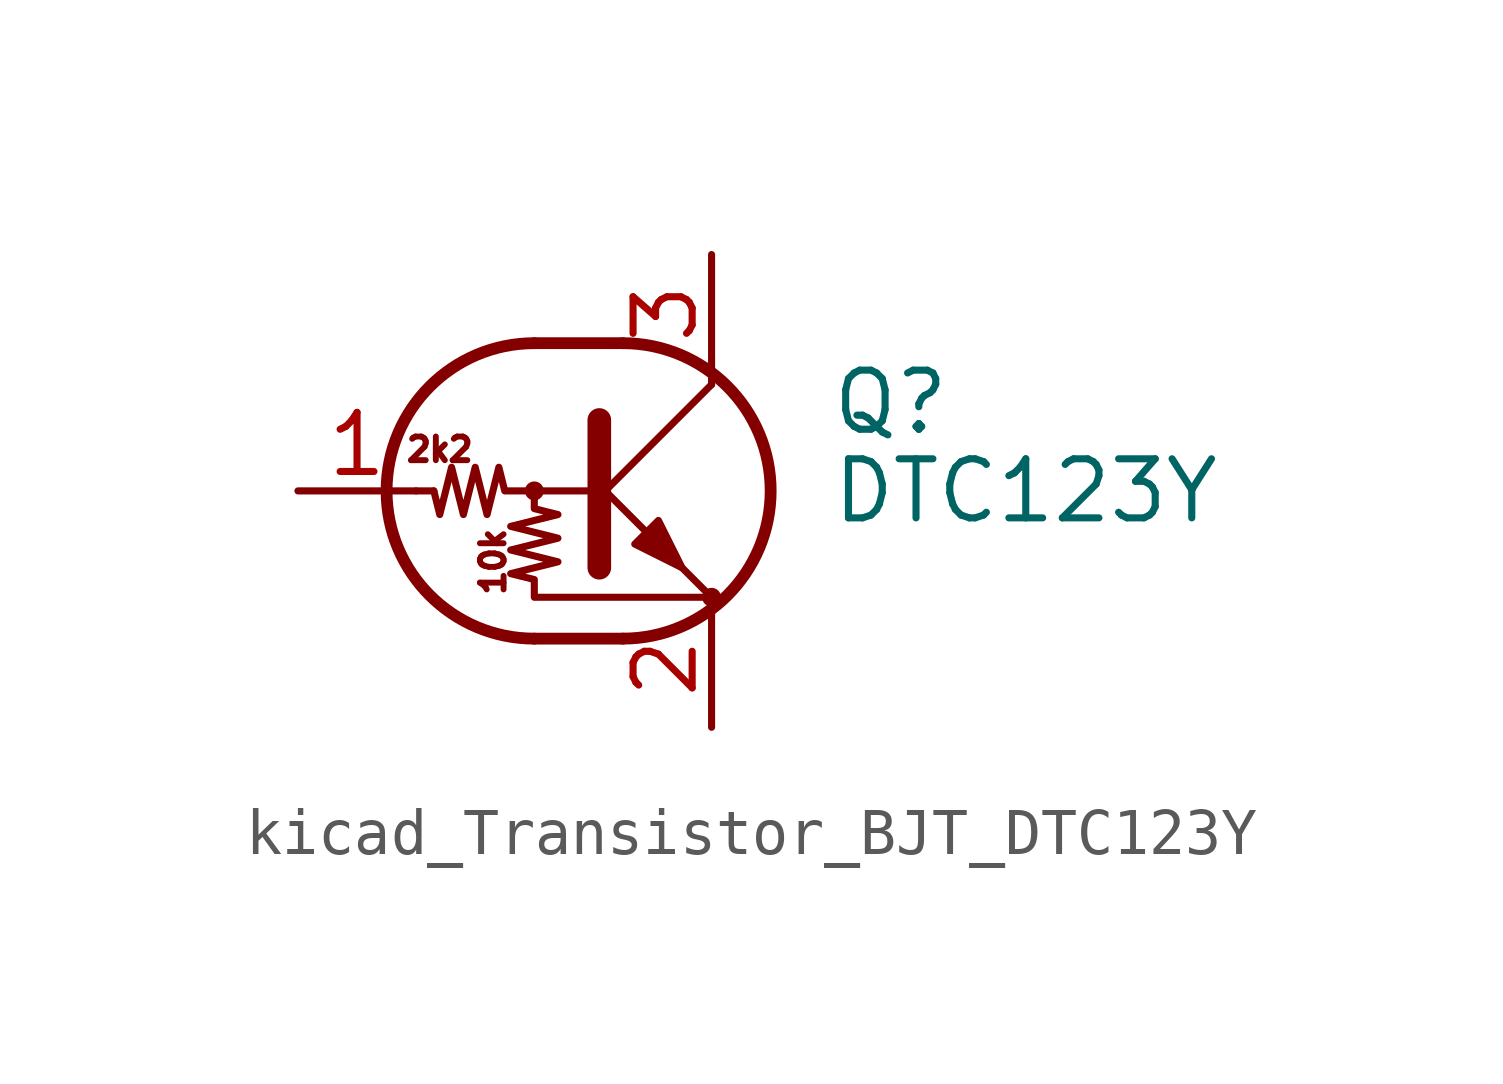
<source format=kicad_sym>
(kicad_symbol_lib
  (version 20220914)
  (generator kicad_symbol_editor)
  (symbol "kicad_Transistor_BJT_DTC123Y"
    (pin_names
      (offset 0) hide)
    (property "Reference" "Q"
      (at 5.08 1.905 0)
      (effects (font (size 1.27 1.27)) (justify left)))
    (property "Value" "DTC123Y"
      (at 5.08 0 0)
      (effects (font (size 1.27 1.27)) (justify left)))
    (symbol "kicad_Transistor_BJT_DTC123Y_0_0"
      (text "10k" (at -2.159 -1.524 900) (effects (font (size 0.508 0.508))))
      (text "2k2" (at -3.302 0.889 0) (effects (font (size 0.508 0.508)))))
    (symbol "kicad_Transistor_BJT_DTC123Y_0_1"
      (circle (center -1.27 0) (radius 0.127) (stroke (width 0) (type default)) (fill (type none)))
      (arc (start -1.27 3.175) (mid -4.4312 0) (end -1.27 -3.175) (stroke (width 0.254) (type default)) (fill (type none)))
      (polyline (pts (xy -3.429 0) (xy -3.81 0)) (stroke (width 0) (type default)) (fill (type none)))
      (polyline (pts (xy -1.27 -3.175) (xy 0.635 -3.175)) (stroke (width 0.254) (type default)) (fill (type none)))
      (polyline (pts (xy -1.27 3.175) (xy 0.635 3.175)) (stroke (width 0.254) (type default)) (fill (type none)))
      (polyline (pts (xy 0 -0.254) (xy 2.54 2.286)) (stroke (width 0) (type default)) (fill (type none)))
      (polyline (pts (xy 0.127 1.524) (xy 0.127 -1.651)) (stroke (width 0.508) (type default)) (fill (type outline)))
      (polyline (pts (xy 2.54 2.286) (xy 2.54 2.54)) (stroke (width 0) (type default)) (fill (type none)))
      (polyline (pts (xy 2.54 -2.286) (xy 0 0.254) (xy 0 0.254)) (stroke (width 0) (type default)) (fill (type none)))
      (polyline (pts (xy 0.889 -1.143) (xy 1.397 -0.635) (xy 1.905 -1.651) (xy 0.889 -1.143)) (stroke (width 0) (type default)) (fill (type outline)))
      (polyline (pts (xy 0 0) (xy -1.905 0) (xy -2.032 0.508) (xy -2.286 -0.508) (xy -2.54 0.508) (xy -2.794 -0.508) (xy -3.048 0.508) (xy -3.302 -0.508) (xy -3.429 0)) (stroke (width 0) (type default)) (fill (type none)))
      (polyline (pts (xy -1.27 0) (xy -1.27 -0.381) (xy -0.762 -0.508) (xy -1.778 -0.762) (xy -0.762 -1.016) (xy -1.778 -1.27) (xy -0.762 -1.524) (xy -1.778 -1.778) (xy -1.27 -1.905) (xy -1.27 -2.286) (xy 2.54 -2.286)) (stroke (width 0) (type default)) (fill (type none)))
      (arc (start 0.635 -3.175) (mid 3.7962 0) (end 0.635 3.175) (stroke (width 0.254) (type default)) (fill (type none)))
      (circle (center 2.54 -2.286) (radius 0.127) (stroke (width 0) (type default)) (fill (type none))))
    (symbol "kicad_Transistor_BJT_DTC123Y_1_1"
      (pin input line (at -6.35 0 0) (length 2.54) (name "B" (effects (font (size 1.27 1.27)))) (number "1" (effects (font (size 1.27 1.27)))))
      (pin passive line (at 2.54 -5.08 90) (length 2.54) (name "E" (effects (font (size 1.27 1.27)))) (number "2" (effects (font (size 1.27 1.27)))))
      (pin passive line (at 2.54 5.08 270) (length 2.54) (name "C" (effects (font (size 1.27 1.27)))) (number "3" (effects (font (size 1.27 1.27))))))))
</source>
